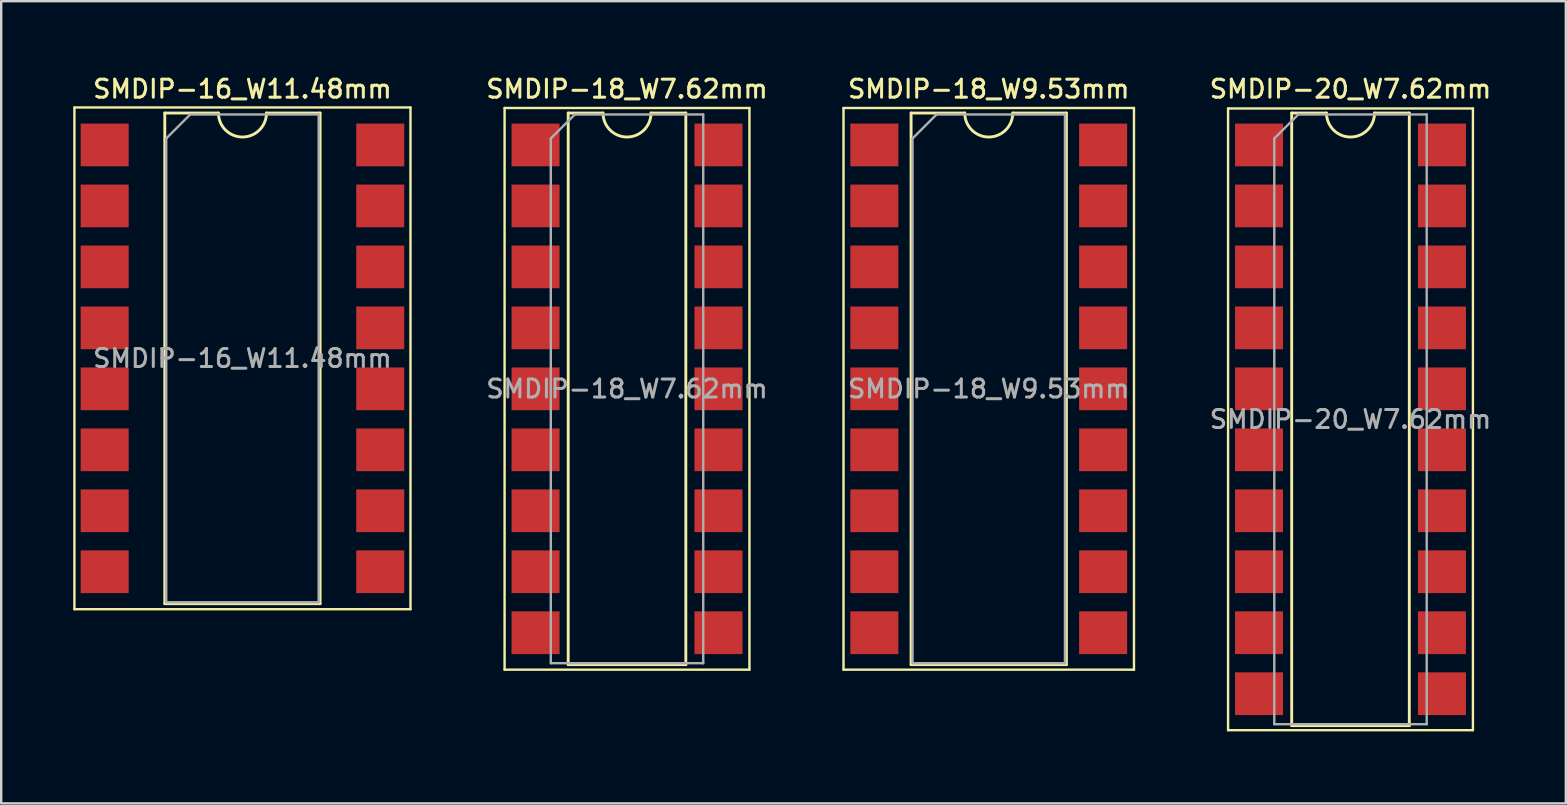
<source format=kicad_pcb>
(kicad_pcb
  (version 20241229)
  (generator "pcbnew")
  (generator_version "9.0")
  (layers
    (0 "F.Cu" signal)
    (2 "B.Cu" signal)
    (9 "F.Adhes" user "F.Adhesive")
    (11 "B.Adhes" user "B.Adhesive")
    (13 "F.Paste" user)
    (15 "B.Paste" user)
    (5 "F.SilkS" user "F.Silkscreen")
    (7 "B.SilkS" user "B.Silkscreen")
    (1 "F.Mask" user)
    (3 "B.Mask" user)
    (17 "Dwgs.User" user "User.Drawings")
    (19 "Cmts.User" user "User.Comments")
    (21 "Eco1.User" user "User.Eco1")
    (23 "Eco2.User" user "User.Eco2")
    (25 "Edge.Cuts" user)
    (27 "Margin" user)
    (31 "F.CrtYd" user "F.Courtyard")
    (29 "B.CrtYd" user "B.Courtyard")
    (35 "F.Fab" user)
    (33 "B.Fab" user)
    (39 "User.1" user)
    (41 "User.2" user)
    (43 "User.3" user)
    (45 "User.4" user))
  (footprint "SMDIP-16_W11.48mm"
    (layer "F.Cu")
    (at 7.05 11.878)
    (property "Reference" "SMDIP-16_W11.48mm" (at 0 -11.22 0) (layer "F.SilkS") (effects (font (size 0.75 0.75) (thickness 0.125))))
    (attr smd)
    (fp_line (start -7 -10.45) (end -7 10.45) (stroke (width 0.1) (type solid)) (layer "F.SilkS"))
    (fp_line (start -7 10.45) (end 7 10.45) (stroke (width 0.1) (type solid)) (layer "F.SilkS"))
    (fp_line (start -3.235 -10.22) (end -3.235 10.22) (stroke (width 0.12) (type solid)) (layer "F.SilkS"))
    (fp_line (start -3.235 10.22) (end 3.235 10.22) (stroke (width 0.12) (type solid)) (layer "F.SilkS"))
    (fp_line (start -1 -10.22) (end -3.235 -10.22) (stroke (width 0.12) (type solid)) (layer "F.SilkS"))
    (fp_line (start 3.235 -10.22) (end 1 -10.22) (stroke (width 0.12) (type solid)) (layer "F.SilkS"))
    (fp_line (start 3.235 10.22) (end 3.235 -10.22) (stroke (width 0.12) (type solid)) (layer "F.SilkS"))
    (fp_line (start 7 -10.45) (end -7 -10.45) (stroke (width 0.1) (type solid)) (layer "F.SilkS"))
    (fp_line (start 7 10.45) (end 7 -10.45) (stroke (width 0.1) (type solid)) (layer "F.SilkS"))
    (fp_arc (start 1 -10.22) (mid 0 -9.22) (end -1 -10.22) (stroke (width 0.12) (type solid)) (layer "F.SilkS"))
    (fp_line (start -3.175 -9.16) (end -2.175 -10.16) (stroke (width 0.1) (type solid)) (layer "F.Fab"))
    (fp_line (start -3.175 10.16) (end -3.175 -9.16) (stroke (width 0.1) (type solid)) (layer "F.Fab"))
    (fp_line (start -2.175 -10.16) (end 3.175 -10.16) (stroke (width 0.1) (type solid)) (layer "F.Fab"))
    (fp_line (start 3.175 -10.16) (end 3.175 10.16) (stroke (width 0.1) (type solid)) (layer "F.Fab"))
    (fp_line (start 3.175 10.16) (end -3.175 10.16) (stroke (width 0.1) (type solid)) (layer "F.Fab"))
    (fp_text user "${REFERENCE}" (at 0 0 0) (layer "F.Fab") (effects (font (size 0.75 0.75) (thickness 0.125))))
    (pad "1" smd rect (at -5.74 -8.89) (size 2 1.78) (layers "F.Cu" "F.Mask" "F.Paste"))
    (pad "2" smd rect (at -5.74 -6.35) (size 2 1.78) (layers "F.Cu" "F.Mask" "F.Paste"))
    (pad "3" smd rect (at -5.74 -3.81) (size 2 1.78) (layers "F.Cu" "F.Mask" "F.Paste"))
    (pad "4" smd rect (at -5.74 -1.27) (size 2 1.78) (layers "F.Cu" "F.Mask" "F.Paste"))
    (pad "5" smd rect (at -5.74 1.27) (size 2 1.78) (layers "F.Cu" "F.Mask" "F.Paste"))
    (pad "6" smd rect (at -5.74 3.81) (size 2 1.78) (layers "F.Cu" "F.Mask" "F.Paste"))
    (pad "7" smd rect (at -5.74 6.35) (size 2 1.78) (layers "F.Cu" "F.Mask" "F.Paste"))
    (pad "8" smd rect (at -5.74 8.89) (size 2 1.78) (layers "F.Cu" "F.Mask" "F.Paste"))
    (pad "9" smd rect (at 5.74 8.89) (size 2 1.78) (layers "F.Cu" "F.Mask" "F.Paste"))
    (pad "10" smd rect (at 5.74 6.35) (size 2 1.78) (layers "F.Cu" "F.Mask" "F.Paste"))
    (pad "11" smd rect (at 5.74 3.81) (size 2 1.78) (layers "F.Cu" "F.Mask" "F.Paste"))
    (pad "12" smd rect (at 5.74 1.27) (size 2 1.78) (layers "F.Cu" "F.Mask" "F.Paste"))
    (pad "13" smd rect (at 5.74 -1.27) (size 2 1.78) (layers "F.Cu" "F.Mask" "F.Paste"))
    (pad "14" smd rect (at 5.74 -3.81) (size 2 1.78) (layers "F.Cu" "F.Mask" "F.Paste"))
    (pad "15" smd rect (at 5.74 -6.35) (size 2 1.78) (layers "F.Cu" "F.Mask" "F.Paste"))
    (pad "16" smd rect (at 5.74 -8.89) (size 2 1.78) (layers "F.Cu" "F.Mask" "F.Paste")))
  (footprint "SMDIP-18_W7.62mm"
    (layer "F.Cu")
    (at 23.07 13.148)
    (property "Reference" "SMDIP-18_W7.62mm" (at 0 -12.49 0) (layer "F.SilkS") (effects (font (size 0.75 0.75) (thickness 0.125))))
    (attr smd)
    (fp_line (start -5.1 -11.7) (end -5.1 11.7) (stroke (width 0.1) (type solid)) (layer "F.SilkS"))
    (fp_line (start -5.1 11.7) (end 5.1 11.7) (stroke (width 0.1) (type solid)) (layer "F.SilkS"))
    (fp_line (start -2.45 -11.49) (end -2.45 11.49) (stroke (width 0.12) (type solid)) (layer "F.SilkS"))
    (fp_line (start -2.45 11.49) (end 2.45 11.49) (stroke (width 0.12) (type solid)) (layer "F.SilkS"))
    (fp_line (start -1 -11.49) (end -2.45 -11.49) (stroke (width 0.12) (type solid)) (layer "F.SilkS"))
    (fp_line (start 2.45 -11.49) (end 1 -11.49) (stroke (width 0.12) (type solid)) (layer "F.SilkS"))
    (fp_line (start 2.45 11.49) (end 2.45 -11.49) (stroke (width 0.12) (type solid)) (layer "F.SilkS"))
    (fp_line (start 5.1 -11.7) (end -5.1 -11.7) (stroke (width 0.1) (type solid)) (layer "F.SilkS"))
    (fp_line (start 5.1 11.7) (end 5.1 -11.7) (stroke (width 0.1) (type solid)) (layer "F.SilkS"))
    (fp_arc (start 1 -11.49) (mid 0 -10.49) (end -1 -11.49) (stroke (width 0.12) (type solid)) (layer "F.SilkS"))
    (fp_line (start -3.175 -10.43) (end -2.175 -11.43) (stroke (width 0.1) (type solid)) (layer "F.Fab"))
    (fp_line (start -3.175 11.43) (end -3.175 -10.43) (stroke (width 0.1) (type solid)) (layer "F.Fab"))
    (fp_line (start -2.175 -11.43) (end 3.175 -11.43) (stroke (width 0.1) (type solid)) (layer "F.Fab"))
    (fp_line (start 3.175 -11.43) (end 3.175 11.43) (stroke (width 0.1) (type solid)) (layer "F.Fab"))
    (fp_line (start 3.175 11.43) (end -3.175 11.43) (stroke (width 0.1) (type solid)) (layer "F.Fab"))
    (fp_text user "${REFERENCE}" (at 0 0 0) (layer "F.Fab") (effects (font (size 0.75 0.75) (thickness 0.125))))
    (pad "1" smd rect (at -3.81 -10.16) (size 2 1.78) (layers "F.Cu" "F.Mask" "F.Paste"))
    (pad "2" smd rect (at -3.81 -7.62) (size 2 1.78) (layers "F.Cu" "F.Mask" "F.Paste"))
    (pad "3" smd rect (at -3.81 -5.08) (size 2 1.78) (layers "F.Cu" "F.Mask" "F.Paste"))
    (pad "4" smd rect (at -3.81 -2.54) (size 2 1.78) (layers "F.Cu" "F.Mask" "F.Paste"))
    (pad "5" smd rect (at -3.81 0) (size 2 1.78) (layers "F.Cu" "F.Mask" "F.Paste"))
    (pad "6" smd rect (at -3.81 2.54) (size 2 1.78) (layers "F.Cu" "F.Mask" "F.Paste"))
    (pad "7" smd rect (at -3.81 5.08) (size 2 1.78) (layers "F.Cu" "F.Mask" "F.Paste"))
    (pad "8" smd rect (at -3.81 7.62) (size 2 1.78) (layers "F.Cu" "F.Mask" "F.Paste"))
    (pad "9" smd rect (at -3.81 10.16) (size 2 1.78) (layers "F.Cu" "F.Mask" "F.Paste"))
    (pad "10" smd rect (at 3.81 10.16) (size 2 1.78) (layers "F.Cu" "F.Mask" "F.Paste"))
    (pad "11" smd rect (at 3.81 7.62) (size 2 1.78) (layers "F.Cu" "F.Mask" "F.Paste"))
    (pad "12" smd rect (at 3.81 5.08) (size 2 1.78) (layers "F.Cu" "F.Mask" "F.Paste"))
    (pad "13" smd rect (at 3.81 2.54) (size 2 1.78) (layers "F.Cu" "F.Mask" "F.Paste"))
    (pad "14" smd rect (at 3.81 0) (size 2 1.78) (layers "F.Cu" "F.Mask" "F.Paste"))
    (pad "15" smd rect (at 3.81 -2.54) (size 2 1.78) (layers "F.Cu" "F.Mask" "F.Paste"))
    (pad "16" smd rect (at 3.81 -5.08) (size 2 1.78) (layers "F.Cu" "F.Mask" "F.Paste"))
    (pad "17" smd rect (at 3.81 -7.62) (size 2 1.78) (layers "F.Cu" "F.Mask" "F.Paste"))
    (pad "18" smd rect (at 3.81 -10.16) (size 2 1.78) (layers "F.Cu" "F.Mask" "F.Paste")))
  (footprint "SMDIP-18_W9.53mm"
    (layer "F.Cu")
    (at 38.139 13.148)
    (property "Reference" "SMDIP-18_W9.53mm" (at 0 -12.49 0) (layer "F.SilkS") (effects (font (size 0.75 0.75) (thickness 0.125))))
    (attr smd)
    (fp_line (start -6.05 -11.7) (end -6.05 11.7) (stroke (width 0.1) (type solid)) (layer "F.SilkS"))
    (fp_line (start -6.05 11.7) (end 6.05 11.7) (stroke (width 0.1) (type solid)) (layer "F.SilkS"))
    (fp_line (start -3.235 -11.49) (end -3.235 11.49) (stroke (width 0.12) (type solid)) (layer "F.SilkS"))
    (fp_line (start -3.235 11.49) (end 3.235 11.49) (stroke (width 0.12) (type solid)) (layer "F.SilkS"))
    (fp_line (start -1 -11.49) (end -3.235 -11.49) (stroke (width 0.12) (type solid)) (layer "F.SilkS"))
    (fp_line (start 3.235 -11.49) (end 1 -11.49) (stroke (width 0.12) (type solid)) (layer "F.SilkS"))
    (fp_line (start 3.235 11.49) (end 3.235 -11.49) (stroke (width 0.12) (type solid)) (layer "F.SilkS"))
    (fp_line (start 6.05 -11.7) (end -6.05 -11.7) (stroke (width 0.1) (type solid)) (layer "F.SilkS"))
    (fp_line (start 6.05 11.7) (end 6.05 -11.7) (stroke (width 0.1) (type solid)) (layer "F.SilkS"))
    (fp_arc (start 1 -11.49) (mid 0 -10.49) (end -1 -11.49) (stroke (width 0.12) (type solid)) (layer "F.SilkS"))
    (fp_line (start -3.175 -10.43) (end -2.175 -11.43) (stroke (width 0.1) (type solid)) (layer "F.Fab"))
    (fp_line (start -3.175 11.43) (end -3.175 -10.43) (stroke (width 0.1) (type solid)) (layer "F.Fab"))
    (fp_line (start -2.175 -11.43) (end 3.175 -11.43) (stroke (width 0.1) (type solid)) (layer "F.Fab"))
    (fp_line (start 3.175 -11.43) (end 3.175 11.43) (stroke (width 0.1) (type solid)) (layer "F.Fab"))
    (fp_line (start 3.175 11.43) (end -3.175 11.43) (stroke (width 0.1) (type solid)) (layer "F.Fab"))
    (fp_text user "${REFERENCE}" (at 0 0 0) (layer "F.Fab") (effects (font (size 0.75 0.75) (thickness 0.125))))
    (pad "1" smd rect (at -4.765 -10.16) (size 2 1.78) (layers "F.Cu" "F.Mask" "F.Paste"))
    (pad "2" smd rect (at -4.765 -7.62) (size 2 1.78) (layers "F.Cu" "F.Mask" "F.Paste"))
    (pad "3" smd rect (at -4.765 -5.08) (size 2 1.78) (layers "F.Cu" "F.Mask" "F.Paste"))
    (pad "4" smd rect (at -4.765 -2.54) (size 2 1.78) (layers "F.Cu" "F.Mask" "F.Paste"))
    (pad "5" smd rect (at -4.765 0) (size 2 1.78) (layers "F.Cu" "F.Mask" "F.Paste"))
    (pad "6" smd rect (at -4.765 2.54) (size 2 1.78) (layers "F.Cu" "F.Mask" "F.Paste"))
    (pad "7" smd rect (at -4.765 5.08) (size 2 1.78) (layers "F.Cu" "F.Mask" "F.Paste"))
    (pad "8" smd rect (at -4.765 7.62) (size 2 1.78) (layers "F.Cu" "F.Mask" "F.Paste"))
    (pad "9" smd rect (at -4.765 10.16) (size 2 1.78) (layers "F.Cu" "F.Mask" "F.Paste"))
    (pad "10" smd rect (at 4.765 10.16) (size 2 1.78) (layers "F.Cu" "F.Mask" "F.Paste"))
    (pad "11" smd rect (at 4.765 7.62) (size 2 1.78) (layers "F.Cu" "F.Mask" "F.Paste"))
    (pad "12" smd rect (at 4.765 5.08) (size 2 1.78) (layers "F.Cu" "F.Mask" "F.Paste"))
    (pad "13" smd rect (at 4.765 2.54) (size 2 1.78) (layers "F.Cu" "F.Mask" "F.Paste"))
    (pad "14" smd rect (at 4.765 0) (size 2 1.78) (layers "F.Cu" "F.Mask" "F.Paste"))
    (pad "15" smd rect (at 4.765 -2.54) (size 2 1.78) (layers "F.Cu" "F.Mask" "F.Paste"))
    (pad "16" smd rect (at 4.765 -5.08) (size 2 1.78) (layers "F.Cu" "F.Mask" "F.Paste"))
    (pad "17" smd rect (at 4.765 -7.62) (size 2 1.78) (layers "F.Cu" "F.Mask" "F.Paste"))
    (pad "18" smd rect (at 4.765 -10.16) (size 2 1.78) (layers "F.Cu" "F.Mask" "F.Paste")))
  (footprint "SMDIP-20_W7.62mm"
    (layer "F.Cu")
    (at 53.209 14.418)
    (property "Reference" "SMDIP-20_W7.62mm" (at 0 -13.76 0) (layer "F.SilkS") (effects (font (size 0.75 0.75) (thickness 0.125))))
    (attr smd)
    (fp_line (start -5.1 -12.95) (end -5.1 12.95) (stroke (width 0.1) (type solid)) (layer "F.SilkS"))
    (fp_line (start -5.1 12.95) (end 5.1 12.95) (stroke (width 0.1) (type solid)) (layer "F.SilkS"))
    (fp_line (start -2.45 -12.76) (end -2.45 12.76) (stroke (width 0.12) (type solid)) (layer "F.SilkS"))
    (fp_line (start -2.45 12.76) (end 2.45 12.76) (stroke (width 0.12) (type solid)) (layer "F.SilkS"))
    (fp_line (start -1 -12.76) (end -2.45 -12.76) (stroke (width 0.12) (type solid)) (layer "F.SilkS"))
    (fp_line (start 2.45 -12.76) (end 1 -12.76) (stroke (width 0.12) (type solid)) (layer "F.SilkS"))
    (fp_line (start 2.45 12.76) (end 2.45 -12.76) (stroke (width 0.12) (type solid)) (layer "F.SilkS"))
    (fp_line (start 5.1 -12.95) (end -5.1 -12.95) (stroke (width 0.1) (type solid)) (layer "F.SilkS"))
    (fp_line (start 5.1 12.95) (end 5.1 -12.95) (stroke (width 0.1) (type solid)) (layer "F.SilkS"))
    (fp_arc (start 1 -12.76) (mid 0 -11.76) (end -1 -12.76) (stroke (width 0.12) (type solid)) (layer "F.SilkS"))
    (fp_line (start -3.175 -11.7) (end -2.175 -12.7) (stroke (width 0.1) (type solid)) (layer "F.Fab"))
    (fp_line (start -3.175 12.7) (end -3.175 -11.7) (stroke (width 0.1) (type solid)) (layer "F.Fab"))
    (fp_line (start -2.175 -12.7) (end 3.175 -12.7) (stroke (width 0.1) (type solid)) (layer "F.Fab"))
    (fp_line (start 3.175 -12.7) (end 3.175 12.7) (stroke (width 0.1) (type solid)) (layer "F.Fab"))
    (fp_line (start 3.175 12.7) (end -3.175 12.7) (stroke (width 0.1) (type solid)) (layer "F.Fab"))
    (fp_text user "${REFERENCE}" (at 0 0 0) (layer "F.Fab") (effects (font (size 0.75 0.75) (thickness 0.125))))
    (pad "1" smd rect (at -3.81 -11.43) (size 2 1.78) (layers "F.Cu" "F.Mask" "F.Paste"))
    (pad "2" smd rect (at -3.81 -8.89) (size 2 1.78) (layers "F.Cu" "F.Mask" "F.Paste"))
    (pad "3" smd rect (at -3.81 -6.35) (size 2 1.78) (layers "F.Cu" "F.Mask" "F.Paste"))
    (pad "4" smd rect (at -3.81 -3.81) (size 2 1.78) (layers "F.Cu" "F.Mask" "F.Paste"))
    (pad "5" smd rect (at -3.81 -1.27) (size 2 1.78) (layers "F.Cu" "F.Mask" "F.Paste"))
    (pad "6" smd rect (at -3.81 1.27) (size 2 1.78) (layers "F.Cu" "F.Mask" "F.Paste"))
    (pad "7" smd rect (at -3.81 3.81) (size 2 1.78) (layers "F.Cu" "F.Mask" "F.Paste"))
    (pad "8" smd rect (at -3.81 6.35) (size 2 1.78) (layers "F.Cu" "F.Mask" "F.Paste"))
    (pad "9" smd rect (at -3.81 8.89) (size 2 1.78) (layers "F.Cu" "F.Mask" "F.Paste"))
    (pad "10" smd rect (at -3.81 11.43) (size 2 1.78) (layers "F.Cu" "F.Mask" "F.Paste"))
    (pad "11" smd rect (at 3.81 11.43) (size 2 1.78) (layers "F.Cu" "F.Mask" "F.Paste"))
    (pad "12" smd rect (at 3.81 8.89) (size 2 1.78) (layers "F.Cu" "F.Mask" "F.Paste"))
    (pad "13" smd rect (at 3.81 6.35) (size 2 1.78) (layers "F.Cu" "F.Mask" "F.Paste"))
    (pad "14" smd rect (at 3.81 3.81) (size 2 1.78) (layers "F.Cu" "F.Mask" "F.Paste"))
    (pad "15" smd rect (at 3.81 1.27) (size 2 1.78) (layers "F.Cu" "F.Mask" "F.Paste"))
    (pad "16" smd rect (at 3.81 -1.27) (size 2 1.78) (layers "F.Cu" "F.Mask" "F.Paste"))
    (pad "17" smd rect (at 3.81 -3.81) (size 2 1.78) (layers "F.Cu" "F.Mask" "F.Paste"))
    (pad "18" smd rect (at 3.81 -6.35) (size 2 1.78) (layers "F.Cu" "F.Mask" "F.Paste"))
    (pad "19" smd rect (at 3.81 -8.89) (size 2 1.78) (layers "F.Cu" "F.Mask" "F.Paste"))
    (pad "20" smd rect (at 3.81 -11.43) (size 2 1.78) (layers "F.Cu" "F.Mask" "F.Paste")))
  (gr_rect
    (start -3 -3)
    (end 62.179 30.418)
    (stroke (width 0.1) (type default))
    (fill no)
    (layer "Edge.Cuts")))
</source>
